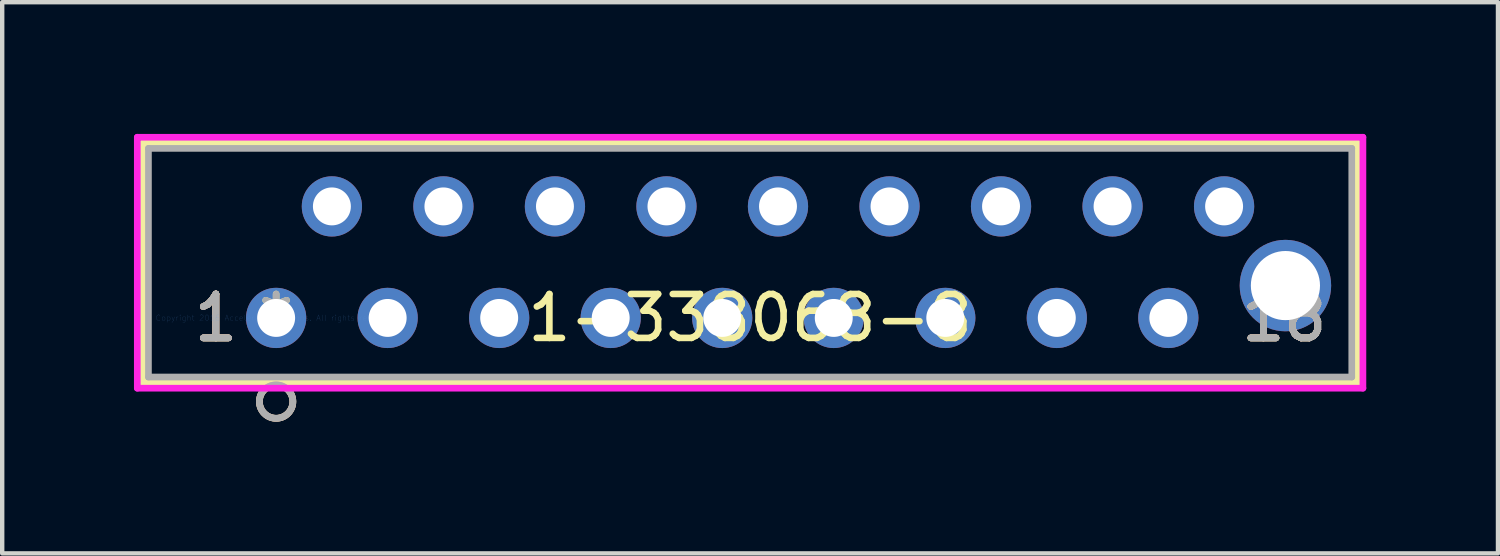
<source format=kicad_pcb>
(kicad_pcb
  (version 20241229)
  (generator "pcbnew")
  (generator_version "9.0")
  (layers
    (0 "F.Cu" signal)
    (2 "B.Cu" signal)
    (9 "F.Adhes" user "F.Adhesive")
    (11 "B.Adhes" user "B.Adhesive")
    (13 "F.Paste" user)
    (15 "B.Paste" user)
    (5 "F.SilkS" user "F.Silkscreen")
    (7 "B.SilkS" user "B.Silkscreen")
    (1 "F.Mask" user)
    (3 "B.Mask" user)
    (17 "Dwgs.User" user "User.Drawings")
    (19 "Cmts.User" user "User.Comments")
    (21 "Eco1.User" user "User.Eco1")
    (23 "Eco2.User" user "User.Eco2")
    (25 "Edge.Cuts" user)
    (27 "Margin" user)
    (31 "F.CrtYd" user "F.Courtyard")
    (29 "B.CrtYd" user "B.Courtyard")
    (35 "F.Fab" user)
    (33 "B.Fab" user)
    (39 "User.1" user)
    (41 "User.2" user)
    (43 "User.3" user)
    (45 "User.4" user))
  (footprint "1-338068-8"
    (layer "F.Cu")
    (at 3.239 4.191)
    (property "Reference" "1-338068-8" (at 10.795 0 0) (layer "F.SilkS") (effects (font (size 1 1) (thickness 0.15))))
    (attr through_hole)
    (fp_line (start -3.035 -3.988) (end -3.035 1.473) (stroke (width 0.152) (type solid)) (layer "F.SilkS"))
    (fp_line (start -3.035 1.473) (end 24.625 1.473) (stroke (width 0.152) (type solid)) (layer "F.SilkS"))
    (fp_line (start 24.625 -3.988) (end -3.035 -3.988) (stroke (width 0.152) (type solid)) (layer "F.SilkS"))
    (fp_line (start 24.625 1.473) (end 24.625 -3.988) (stroke (width 0.152) (type solid)) (layer "F.SilkS"))
    (fp_circle (center 0 1.905) (end 0.381 1.905) (stroke (width 0.152) (type solid)) (fill no) (layer "F.SilkS"))
    (fp_circle (center 0 1.905) (end 0.381 1.905) (stroke (width 0.152) (type solid)) (fill no) (layer "B.SilkS"))
    (fp_line (start -3.162 -4.115) (end -3.162 1.6) (stroke (width 0.152) (type solid)) (layer "F.CrtYd"))
    (fp_line (start -3.162 1.6) (end 24.752 1.6) (stroke (width 0.152) (type solid)) (layer "F.CrtYd"))
    (fp_line (start 24.752 -4.115) (end -3.162 -4.115) (stroke (width 0.152) (type solid)) (layer "F.CrtYd"))
    (fp_line (start 24.752 1.6) (end 24.752 -4.115) (stroke (width 0.152) (type solid)) (layer "F.CrtYd"))
    (fp_line (start -2.908 -3.861) (end -2.908 1.346) (stroke (width 0.152) (type solid)) (layer "F.Fab"))
    (fp_line (start -2.908 1.346) (end 24.498 1.346) (stroke (width 0.152) (type solid)) (layer "F.Fab"))
    (fp_line (start 24.498 -3.861) (end -2.908 -3.861) (stroke (width 0.152) (type solid)) (layer "F.Fab"))
    (fp_line (start 24.498 1.346) (end 24.498 -3.861) (stroke (width 0.152) (type solid)) (layer "F.Fab"))
    (fp_circle (center 0 1.905) (end 0.381 1.905) (stroke (width 0.152) (type solid)) (fill no) (layer "F.Fab"))
    (fp_text user "1" (at -1.372 0 0) (layer "F.SilkS") (effects (font (size 1 1) (thickness 0.15))))
    (fp_text user "18" (at 22.962 0 0) (layer "F.SilkS") (effects (font (size 1 1) (thickness 0.15))))
    (fp_text user "1" (at -1.372 0 0) (layer "F.SilkS") (effects (font (size 1 1) (thickness 0.15))))
    (fp_text user "18" (at 22.962 0 0) (layer "F.SilkS") (effects (font (size 1 1) (thickness 0.15))))
    (fp_text user "*" (at 0 0 0) (layer "F.SilkS") (effects (font (size 1 1) (thickness 0.15))))
    (fp_text user "18" (at 22.962 0 0) (layer "B.SilkS") (effects (font (size 1 1) (thickness 0.15))))
    (fp_text user "1" (at -1.372 0 0) (layer "B.SilkS") (effects (font (size 1 1) (thickness 0.15))))
    (fp_text user "1" (at -1.372 0 0) (layer "B.SilkS") (effects (font (size 1 1) (thickness 0.15))))
    (fp_text user "18" (at 22.962 0 0) (layer "B.SilkS") (effects (font (size 1 1) (thickness 0.15))))
    (fp_text user "Copyright 2016 Accelerated Designs. All rights reserved." (at 0 0 0) (layer "Cmts.User") (effects (font (size 0.127 0.127) (thickness 0.002))))
    (fp_text user "18" (at 22.962 0 0) (layer "F.Fab") (effects (font (size 1 1) (thickness 0.15))))
    (fp_text user "18" (at 22.962 0 0) (layer "F.Fab") (effects (font (size 1 1) (thickness 0.15))))
    (fp_text user "*" (at 0 0 0) (layer "F.Fab") (effects (font (size 1 1) (thickness 0.15))))
    (fp_text user "1" (at -1.372 0 0) (layer "F.Fab") (effects (font (size 1 1) (thickness 0.15))))
    (fp_text user "1" (at -1.372 0 0) (layer "F.Fab") (effects (font (size 1 1) (thickness 0.15))))
    (pad "1" thru_hole circle (at 0 0) (size 1.372 1.372) (drill 0.864) (layers "*.Cu" "*.Mask"))
    (pad "2" thru_hole circle (at 1.27 -2.54) (size 1.372 1.372) (drill 0.864) (layers "*.Cu" "*.Mask"))
    (pad "3" thru_hole circle (at 2.54 0) (size 1.372 1.372) (drill 0.864) (layers "*.Cu" "*.Mask"))
    (pad "4" thru_hole circle (at 3.81 -2.54) (size 1.372 1.372) (drill 0.864) (layers "*.Cu" "*.Mask"))
    (pad "5" thru_hole circle (at 5.08 0) (size 1.372 1.372) (drill 0.864) (layers "*.Cu" "*.Mask"))
    (pad "6" thru_hole circle (at 6.35 -2.54) (size 1.372 1.372) (drill 0.864) (layers "*.Cu" "*.Mask"))
    (pad "7" thru_hole circle (at 7.62 0) (size 1.372 1.372) (drill 0.864) (layers "*.Cu" "*.Mask"))
    (pad "8" thru_hole circle (at 8.89 -2.54) (size 1.372 1.372) (drill 0.864) (layers "*.Cu" "*.Mask"))
    (pad "9" thru_hole circle (at 10.16 0) (size 1.372 1.372) (drill 0.864) (layers "*.Cu" "*.Mask"))
    (pad "10" thru_hole circle (at 11.43 -2.54) (size 1.372 1.372) (drill 0.864) (layers "*.Cu" "*.Mask"))
    (pad "11" thru_hole circle (at 12.7 0) (size 1.372 1.372) (drill 0.864) (layers "*.Cu" "*.Mask"))
    (pad "12" thru_hole circle (at 13.97 -2.54) (size 1.372 1.372) (drill 0.864) (layers "*.Cu" "*.Mask"))
    (pad "13" thru_hole circle (at 15.24 0) (size 1.372 1.372) (drill 0.864) (layers "*.Cu" "*.Mask"))
    (pad "14" thru_hole circle (at 16.51 -2.54) (size 1.372 1.372) (drill 0.864) (layers "*.Cu" "*.Mask"))
    (pad "15" thru_hole circle (at 17.78 0) (size 1.372 1.372) (drill 0.864) (layers "*.Cu" "*.Mask"))
    (pad "16" thru_hole circle (at 19.05 -2.54) (size 1.372 1.372) (drill 0.864) (layers "*.Cu" "*.Mask"))
    (pad "17" thru_hole circle (at 20.32 0) (size 1.372 1.372) (drill 0.864) (layers "*.Cu" "*.Mask"))
    (pad "18" thru_hole circle (at 21.59 -2.54) (size 1.372 1.372) (drill 0.864) (layers "*.Cu" "*.Mask"))
    (pad "19" thru_hole circle (at 22.987 -0.737) (size 2.083 2.083) (drill 1.575) (layers "*.Cu" "*.Mask")))
  (gr_rect
    (start -3 -3)
    (end 31.067 9.553)
    (stroke (width 0.1) (type default))
    (fill no)
    (layer "Edge.Cuts")))
</source>
